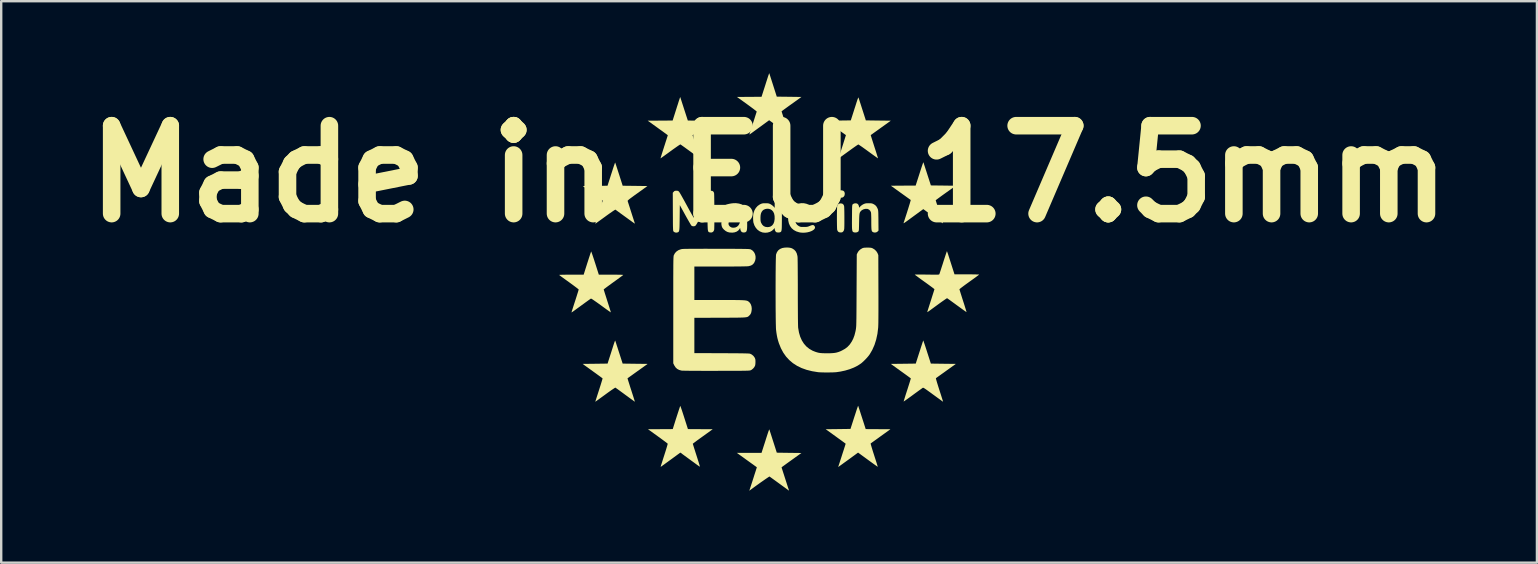
<source format=kicad_pcb>
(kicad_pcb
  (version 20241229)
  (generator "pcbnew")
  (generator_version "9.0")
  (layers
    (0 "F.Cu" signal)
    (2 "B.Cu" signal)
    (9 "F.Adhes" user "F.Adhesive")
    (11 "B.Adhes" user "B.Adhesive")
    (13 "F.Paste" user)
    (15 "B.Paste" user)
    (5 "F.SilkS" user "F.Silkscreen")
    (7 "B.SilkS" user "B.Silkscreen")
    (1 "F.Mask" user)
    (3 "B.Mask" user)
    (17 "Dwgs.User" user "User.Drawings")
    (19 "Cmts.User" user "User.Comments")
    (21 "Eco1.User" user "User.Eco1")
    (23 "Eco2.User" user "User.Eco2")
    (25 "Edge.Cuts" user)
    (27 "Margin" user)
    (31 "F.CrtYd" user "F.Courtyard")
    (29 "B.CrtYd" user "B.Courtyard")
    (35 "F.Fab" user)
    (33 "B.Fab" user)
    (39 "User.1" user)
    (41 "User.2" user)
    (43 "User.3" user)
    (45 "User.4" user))
  (footprint "Made in EU 17.5mm"
    (layer "F.Cu")
    (at 28.995 8.694)
    (property "Reference" "Made in EU 17.5mm" (at 0 -4.5 180) (layer "F.SilkS") (effects (font (size 3.664 3.664) (thickness 0.731))))
    (attr board_only exclude_from_pos_files exclude_from_bom)
    (fp_poly (pts (xy 3.038 -3.812) (xy 3.094 -3.795) (xy 3.131 -3.761) (xy 3.151 -3.709) (xy 3.154 -3.663) (xy 3.143 -3.599) (xy 3.111 -3.549) (xy 3.073 -3.52) (xy 3.029 -3.508) (xy 2.973 -3.505) (xy 2.916 -3.513) (xy 2.881 -3.523) (xy 2.841 -3.554) (xy 2.815 -3.6) (xy 2.804 -3.654) (xy 2.809 -3.709) (xy 2.83 -3.758) (xy 2.847 -3.778) (xy 2.874 -3.797) (xy 2.91 -3.808) (xy 2.962 -3.814)) (stroke (width 0) (type solid)) (fill yes) (layer "F.SilkS"))
    (fp_poly (pts (xy 3.046 -3.26) (xy 3.09 -3.231) (xy 3.119 -3.182) (xy 3.127 -3.152) (xy 3.13 -3.124) (xy 3.132 -3.074) (xy 3.134 -3.005) (xy 3.136 -2.923) (xy 3.137 -2.83) (xy 3.138 -2.731) (xy 3.138 -2.63) (xy 3.138 -2.53) (xy 3.138 -2.436) (xy 3.137 -2.352) (xy 3.135 -2.281) (xy 3.133 -2.227) (xy 3.131 -2.196) (xy 3.111 -2.13) (xy 3.086 -2.096) (xy 3.059 -2.072) (xy 3.03 -2.061) (xy 2.988 -2.058) (xy 2.986 -2.058) (xy 2.929 -2.064) (xy 2.888 -2.084) (xy 2.887 -2.085) (xy 2.861 -2.116) (xy 2.841 -2.156) (xy 2.84 -2.16) (xy 2.836 -2.186) (xy 2.833 -2.235) (xy 2.831 -2.302) (xy 2.829 -2.384) (xy 2.828 -2.476) (xy 2.827 -2.576) (xy 2.827 -2.679) (xy 2.827 -2.781) (xy 2.828 -2.879) (xy 2.829 -2.969) (xy 2.832 -3.047) (xy 2.834 -3.109) (xy 2.837 -3.152) (xy 2.84 -3.168) (xy 2.866 -3.221) (xy 2.909 -3.255) (xy 2.969 -3.269) (xy 2.984 -3.269)) (stroke (width 0) (type solid)) (fill yes) (layer "F.SilkS"))
    (fp_poly (pts (xy 6.432 -4.977) (xy 6.433 -4.976) (xy 6.438 -4.959) (xy 6.451 -4.921) (xy 6.469 -4.863) (xy 6.493 -4.79) (xy 6.521 -4.702) (xy 6.553 -4.605) (xy 6.587 -4.499) (xy 6.591 -4.487) (xy 6.742 -4.018) (xy 7.26 -4.012) (xy 7.778 -4.005) (xy 7.36 -3.706) (xy 7.268 -3.64) (xy 7.183 -3.579) (xy 7.108 -3.524) (xy 7.044 -3.477) (xy 6.994 -3.44) (xy 6.96 -3.414) (xy 6.944 -3.401) (xy 6.943 -3.4) (xy 6.947 -3.387) (xy 6.958 -3.351) (xy 6.975 -3.296) (xy 6.998 -3.225) (xy 7.026 -3.139) (xy 7.057 -3.043) (xy 7.091 -2.938) (xy 7.097 -2.918) (xy 7.131 -2.812) (xy 7.163 -2.714) (xy 7.191 -2.626) (xy 7.214 -2.553) (xy 7.232 -2.495) (xy 7.243 -2.456) (xy 7.248 -2.439) (xy 7.248 -2.438) (xy 7.237 -2.444) (xy 7.207 -2.465) (xy 7.161 -2.497) (xy 7.101 -2.54) (xy 7.029 -2.592) (xy 6.947 -2.651) (xy 6.858 -2.716) (xy 6.835 -2.732) (xy 6.426 -3.031) (xy 6.036 -2.746) (xy 5.928 -2.667) (xy 5.84 -2.602) (xy 5.769 -2.55) (xy 5.713 -2.51) (xy 5.671 -2.481) (xy 5.641 -2.461) (xy 5.621 -2.449) (xy 5.61 -2.443) (xy 5.604 -2.444) (xy 5.604 -2.448) (xy 5.606 -2.456) (xy 5.606 -2.457) (xy 5.648 -2.585) (xy 5.689 -2.712) (xy 5.729 -2.835) (xy 5.766 -2.953) (xy 5.801 -3.062) (xy 5.831 -3.161) (xy 5.858 -3.247) (xy 5.878 -3.318) (xy 5.893 -3.37) (xy 5.901 -3.402) (xy 5.902 -3.412) (xy 5.889 -3.421) (xy 5.858 -3.443) (xy 5.81 -3.478) (xy 5.748 -3.522) (xy 5.675 -3.575) (xy 5.592 -3.634) (xy 5.502 -3.699) (xy 5.483 -3.712) (xy 5.075 -4.005) (xy 5.591 -4.009) (xy 6.108 -4.012) (xy 6.22 -4.36) (xy 6.266 -4.503) (xy 6.304 -4.622) (xy 6.336 -4.72) (xy 6.362 -4.8) (xy 6.383 -4.862) (xy 6.399 -4.908) (xy 6.411 -4.941) (xy 6.419 -4.963) (xy 6.425 -4.975) (xy 6.429 -4.979)) (stroke (width 0) (type solid)) (fill yes) (layer "F.SilkS"))
    (fp_poly (pts (xy 0.017 6.165) (xy 0.029 6.203) (xy 0.047 6.261) (xy 0.071 6.334) (xy 0.099 6.422) (xy 0.13 6.52) (xy 0.164 6.625) (xy 0.17 6.643) (xy 0.322 7.118) (xy 0.834 7.125) (xy 1.347 7.131) (xy 0.963 7.407) (xy 0.874 7.471) (xy 0.79 7.531) (xy 0.715 7.585) (xy 0.651 7.632) (xy 0.6 7.669) (xy 0.565 7.694) (xy 0.55 7.706) (xy 0.52 7.731) (xy 0.671 8.199) (xy 0.705 8.305) (xy 0.737 8.404) (xy 0.765 8.492) (xy 0.789 8.567) (xy 0.809 8.627) (xy 0.822 8.667) (xy 0.828 8.686) (xy 0.828 8.686) (xy 0.828 8.698) (xy 0.818 8.692) (xy 0.799 8.678) (xy 0.764 8.652) (xy 0.714 8.615) (xy 0.652 8.57) (xy 0.581 8.519) (xy 0.504 8.463) (xy 0.425 8.405) (xy 0.345 8.347) (xy 0.268 8.291) (xy 0.196 8.239) (xy 0.132 8.193) (xy 0.08 8.155) (xy 0.042 8.128) (xy 0.021 8.113) (xy 0.018 8.111) (xy 0.005 8.117) (xy -0.026 8.136) (xy -0.072 8.167) (xy -0.132 8.207) (xy -0.201 8.255) (xy -0.278 8.309) (xy -0.36 8.366) (xy -0.443 8.426) (xy -0.526 8.485) (xy -0.605 8.542) (xy -0.678 8.596) (xy -0.743 8.644) (xy -0.795 8.684) (xy -0.807 8.693) (xy -0.82 8.7) (xy -0.818 8.688) (xy -0.818 8.688) (xy -0.813 8.671) (xy -0.8 8.632) (xy -0.782 8.576) (xy -0.759 8.505) (xy -0.733 8.424) (xy -0.704 8.335) (xy -0.674 8.242) (xy -0.644 8.149) (xy -0.616 8.059) (xy -0.589 7.976) (xy -0.565 7.902) (xy -0.546 7.842) (xy -0.533 7.799) (xy -0.526 7.78) (xy -0.51 7.725) (xy -0.927 7.425) (xy -1.345 7.125) (xy -0.83 7.125) (xy -0.314 7.125) (xy -0.221 6.835) (xy -0.189 6.736) (xy -0.155 6.63) (xy -0.122 6.525) (xy -0.091 6.429) (xy -0.065 6.348) (xy -0.062 6.338) (xy -0.039 6.271) (xy -0.02 6.215) (xy -0.004 6.174) (xy 0.007 6.151) (xy 0.011 6.149)) (stroke (width 0) (type solid)) (fill yes) (layer "F.SilkS"))
    (fp_poly (pts (xy -3.596 -7.372) (xy -3.564 -7.273) (xy -3.532 -7.173) (xy -3.5 -7.076) (xy -3.472 -6.989) (xy -3.449 -6.918) (xy -3.437 -6.881) (xy -3.385 -6.721) (xy -2.868 -6.718) (xy -2.351 -6.715) (xy -2.722 -6.448) (xy -2.811 -6.385) (xy -2.895 -6.324) (xy -2.971 -6.269) (xy -3.037 -6.222) (xy -3.089 -6.184) (xy -3.126 -6.157) (xy -3.141 -6.146) (xy -3.188 -6.109) (xy -3.034 -5.631) (xy -3 -5.525) (xy -2.969 -5.426) (xy -2.941 -5.339) (xy -2.918 -5.264) (xy -2.9 -5.206) (xy -2.889 -5.167) (xy -2.884 -5.149) (xy -2.884 -5.148) (xy -2.895 -5.155) (xy -2.925 -5.175) (xy -2.971 -5.207) (xy -3.031 -5.25) (xy -3.103 -5.301) (xy -3.184 -5.36) (xy -3.272 -5.425) (xy -3.283 -5.432) (xy -3.372 -5.497) (xy -3.456 -5.558) (xy -3.53 -5.612) (xy -3.594 -5.657) (xy -3.644 -5.693) (xy -3.678 -5.716) (xy -3.693 -5.727) (xy -3.694 -5.727) (xy -3.708 -5.721) (xy -3.74 -5.701) (xy -3.789 -5.669) (xy -3.851 -5.626) (xy -3.925 -5.574) (xy -4.007 -5.516) (xy -4.097 -5.451) (xy -4.113 -5.439) (xy -4.203 -5.373) (xy -4.287 -5.313) (xy -4.361 -5.259) (xy -4.424 -5.214) (xy -4.473 -5.179) (xy -4.507 -5.155) (xy -4.522 -5.145) (xy -4.523 -5.145) (xy -4.52 -5.157) (xy -4.511 -5.191) (xy -4.494 -5.244) (xy -4.473 -5.315) (xy -4.446 -5.399) (xy -4.416 -5.495) (xy -4.382 -5.599) (xy -4.375 -5.624) (xy -4.34 -5.73) (xy -4.309 -5.829) (xy -4.28 -5.917) (xy -4.257 -5.991) (xy -4.238 -6.05) (xy -4.226 -6.09) (xy -4.22 -6.108) (xy -4.22 -6.109) (xy -4.23 -6.118) (xy -4.26 -6.14) (xy -4.305 -6.174) (xy -4.366 -6.218) (xy -4.438 -6.271) (xy -4.521 -6.33) (xy -4.611 -6.395) (xy -4.638 -6.415) (xy -5.056 -6.715) (xy -4.537 -6.718) (xy -4.018 -6.722) (xy -3.895 -7.109) (xy -3.863 -7.21) (xy -3.832 -7.309) (xy -3.802 -7.4) (xy -3.777 -7.481) (xy -3.756 -7.546) (xy -3.741 -7.591) (xy -3.738 -7.6) (xy -3.703 -7.704)) (stroke (width 0) (type solid)) (fill yes) (layer "F.SilkS"))
    (fp_poly (pts (xy -3.695 5.178) (xy -3.683 5.21) (xy -3.664 5.262) (xy -3.64 5.331) (xy -3.612 5.415) (xy -3.581 5.51) (xy -3.547 5.615) (xy -3.537 5.647) (xy -3.381 6.135) (xy -2.865 6.138) (xy -2.349 6.141) (xy -2.763 6.439) (xy -2.855 6.505) (xy -2.939 6.566) (xy -3.015 6.621) (xy -3.078 6.669) (xy -3.128 6.706) (xy -3.162 6.732) (xy -3.177 6.745) (xy -3.178 6.746) (xy -3.174 6.76) (xy -3.163 6.796) (xy -3.146 6.852) (xy -3.124 6.923) (xy -3.096 7.009) (xy -3.066 7.105) (xy -3.032 7.21) (xy -3.028 7.223) (xy -2.994 7.328) (xy -2.964 7.425) (xy -2.936 7.512) (xy -2.914 7.586) (xy -2.897 7.643) (xy -2.885 7.682) (xy -2.882 7.699) (xy -2.882 7.699) (xy -2.893 7.696) (xy -2.92 7.68) (xy -2.96 7.653) (xy -2.996 7.627) (xy -3.037 7.597) (xy -3.094 7.555) (xy -3.165 7.503) (xy -3.244 7.446) (xy -3.327 7.385) (xy -3.402 7.33) (xy -3.697 7.114) (xy -4.053 7.375) (xy -4.14 7.438) (xy -4.223 7.499) (xy -4.299 7.554) (xy -4.364 7.602) (xy -4.416 7.639) (xy -4.452 7.665) (xy -4.466 7.675) (xy -4.498 7.697) (xy -4.514 7.705) (xy -4.517 7.7) (xy -4.513 7.683) (xy -4.507 7.664) (xy -4.494 7.623) (xy -4.475 7.563) (xy -4.451 7.488) (xy -4.423 7.399) (xy -4.392 7.302) (xy -4.361 7.206) (xy -4.328 7.103) (xy -4.298 7.007) (xy -4.272 6.922) (xy -4.251 6.85) (xy -4.235 6.794) (xy -4.226 6.758) (xy -4.224 6.744) (xy -4.235 6.733) (xy -4.266 6.708) (xy -4.313 6.672) (xy -4.374 6.627) (xy -4.447 6.573) (xy -4.53 6.512) (xy -4.62 6.447) (xy -4.638 6.434) (xy -5.045 6.141) (xy -4.529 6.138) (xy -4.013 6.135) (xy -3.988 6.053) (xy -3.962 5.971) (xy -3.933 5.88) (xy -3.903 5.783) (xy -3.871 5.683) (xy -3.839 5.584) (xy -3.808 5.489) (xy -3.779 5.4) (xy -3.753 5.321) (xy -3.731 5.256) (xy -3.715 5.206) (xy -3.704 5.176) (xy -3.701 5.168)) (stroke (width 0) (type solid)) (fill yes) (layer "F.SilkS"))
    (fp_poly (pts (xy 1.453 -3.276) (xy 1.56 -3.253) (xy 1.659 -3.211) (xy 1.745 -3.151) (xy 1.817 -3.073) (xy 1.855 -3.01) (xy 1.889 -2.928) (xy 1.914 -2.834) (xy 1.927 -2.743) (xy 1.928 -2.715) (xy 1.927 -2.684) (xy 1.925 -2.659) (xy 1.919 -2.64) (xy 1.905 -2.625) (xy 1.881 -2.614) (xy 1.845 -2.606) (xy 1.795 -2.601) (xy 1.727 -2.598) (xy 1.639 -2.596) (xy 1.528 -2.595) (xy 1.477 -2.595) (xy 1.363 -2.594) (xy 1.272 -2.593) (xy 1.202 -2.591) (xy 1.151 -2.588) (xy 1.116 -2.583) (xy 1.095 -2.576) (xy 1.085 -2.565) (xy 1.083 -2.55) (xy 1.089 -2.53) (xy 1.097 -2.505) (xy 1.102 -2.493) (xy 1.132 -2.424) (xy 1.171 -2.374) (xy 1.227 -2.332) (xy 1.242 -2.323) (xy 1.274 -2.307) (xy 1.302 -2.296) (xy 1.333 -2.29) (xy 1.375 -2.287) (xy 1.434 -2.287) (xy 1.452 -2.287) (xy 1.519 -2.288) (xy 1.568 -2.291) (xy 1.607 -2.298) (xy 1.644 -2.309) (xy 1.68 -2.324) (xy 1.747 -2.351) (xy 1.796 -2.365) (xy 1.833 -2.367) (xy 1.861 -2.357) (xy 1.881 -2.34) (xy 1.91 -2.298) (xy 1.915 -2.256) (xy 1.899 -2.215) (xy 1.865 -2.176) (xy 1.815 -2.141) (xy 1.751 -2.109) (xy 1.677 -2.083) (xy 1.594 -2.063) (xy 1.506 -2.051) (xy 1.414 -2.047) (xy 1.321 -2.053) (xy 1.256 -2.064) (xy 1.133 -2.103) (xy 1.028 -2.16) (xy 0.941 -2.235) (xy 0.874 -2.327) (xy 0.826 -2.435) (xy 0.799 -2.558) (xy 0.793 -2.664) (xy 0.801 -2.774) (xy 1.079 -2.774) (xy 1.373 -2.774) (xy 1.667 -2.774) (xy 1.667 -2.817) (xy 1.661 -2.853) (xy 1.647 -2.899) (xy 1.636 -2.927) (xy 1.591 -2.995) (xy 1.531 -3.042) (xy 1.456 -3.067) (xy 1.429 -3.071) (xy 1.335 -3.067) (xy 1.253 -3.04) (xy 1.183 -2.993) (xy 1.129 -2.926) (xy 1.094 -2.842) (xy 1.088 -2.817) (xy 1.079 -2.774) (xy 0.801 -2.774) (xy 0.803 -2.799) (xy 0.834 -2.92) (xy 0.886 -3.024) (xy 0.957 -3.112) (xy 1.049 -3.184) (xy 1.115 -3.22) (xy 1.228 -3.26) (xy 1.341 -3.279)) (stroke (width 0) (type solid)) (fill yes) (layer "F.SilkS"))
    (fp_poly (pts (xy 3.712 5.169) (xy 3.718 5.182) (xy 3.726 5.205) (xy 3.737 5.24) (xy 3.753 5.288) (xy 3.774 5.352) (xy 3.8 5.432) (xy 3.832 5.532) (xy 3.871 5.652) (xy 3.917 5.795) (xy 3.927 5.825) (xy 4.026 6.135) (xy 4.541 6.138) (xy 5.056 6.141) (xy 4.649 6.434) (xy 4.558 6.5) (xy 4.474 6.561) (xy 4.398 6.615) (xy 4.334 6.661) (xy 4.284 6.697) (xy 4.249 6.722) (xy 4.233 6.734) (xy 4.232 6.734) (xy 4.234 6.748) (xy 4.242 6.783) (xy 4.258 6.838) (xy 4.279 6.91) (xy 4.305 6.995) (xy 4.335 7.092) (xy 4.369 7.197) (xy 4.377 7.222) (xy 4.411 7.329) (xy 4.443 7.427) (xy 4.471 7.515) (xy 4.494 7.59) (xy 4.512 7.648) (xy 4.524 7.688) (xy 4.528 7.706) (xy 4.529 7.707) (xy 4.518 7.7) (xy 4.488 7.68) (xy 4.442 7.647) (xy 4.381 7.604) (xy 4.309 7.552) (xy 4.227 7.493) (xy 4.138 7.428) (xy 4.116 7.412) (xy 3.708 7.114) (xy 3.642 7.163) (xy 3.555 7.227) (xy 3.464 7.293) (xy 3.372 7.361) (xy 3.281 7.427) (xy 3.194 7.49) (xy 3.113 7.548) (xy 3.041 7.601) (xy 2.979 7.645) (xy 2.931 7.679) (xy 2.899 7.702) (xy 2.885 7.711) (xy 2.884 7.711) (xy 2.882 7.703) (xy 2.883 7.701) (xy 2.888 7.687) (xy 2.9 7.652) (xy 2.917 7.599) (xy 2.94 7.53) (xy 2.965 7.45) (xy 2.994 7.362) (xy 3.024 7.269) (xy 3.054 7.175) (xy 3.084 7.082) (xy 3.113 6.994) (xy 3.138 6.914) (xy 3.16 6.846) (xy 3.176 6.793) (xy 3.187 6.758) (xy 3.191 6.744) (xy 3.191 6.744) (xy 3.181 6.736) (xy 3.152 6.714) (xy 3.106 6.68) (xy 3.046 6.636) (xy 2.974 6.583) (xy 2.891 6.524) (xy 2.802 6.459) (xy 2.776 6.44) (xy 2.36 6.141) (xy 2.876 6.135) (xy 3.392 6.128) (xy 3.548 5.643) (xy 3.583 5.537) (xy 3.615 5.438) (xy 3.643 5.351) (xy 3.668 5.277) (xy 3.688 5.22) (xy 3.702 5.182) (xy 3.709 5.165) (xy 3.71 5.164)) (stroke (width 0) (type solid)) (fill yes) (layer "F.SilkS"))
    (fp_poly (pts (xy 0.013 -8.679) (xy 0.025 -8.642) (xy 0.043 -8.586) (xy 0.066 -8.513) (xy 0.094 -8.427) (xy 0.125 -8.329) (xy 0.159 -8.224) (xy 0.167 -8.199) (xy 0.321 -7.717) (xy 0.835 -7.711) (xy 1.348 -7.704) (xy 0.935 -7.407) (xy 0.843 -7.342) (xy 0.759 -7.281) (xy 0.684 -7.226) (xy 0.62 -7.18) (xy 0.571 -7.143) (xy 0.537 -7.118) (xy 0.522 -7.105) (xy 0.521 -7.104) (xy 0.525 -7.092) (xy 0.536 -7.057) (xy 0.552 -7.005) (xy 0.574 -6.937) (xy 0.599 -6.858) (xy 0.627 -6.771) (xy 0.657 -6.678) (xy 0.687 -6.584) (xy 0.717 -6.491) (xy 0.745 -6.403) (xy 0.771 -6.323) (xy 0.793 -6.255) (xy 0.81 -6.201) (xy 0.821 -6.17) (xy 0.825 -6.159) (xy 0.828 -6.15) (xy 0.828 -6.145) (xy 0.824 -6.144) (xy 0.813 -6.149) (xy 0.793 -6.161) (xy 0.763 -6.182) (xy 0.721 -6.212) (xy 0.664 -6.254) (xy 0.591 -6.307) (xy 0.499 -6.374) (xy 0.443 -6.415) (xy 0.356 -6.478) (xy 0.275 -6.537) (xy 0.201 -6.591) (xy 0.138 -6.637) (xy 0.089 -6.673) (xy 0.056 -6.696) (xy 0.044 -6.705) (xy 0.003 -6.734) (xy -0.347 -6.478) (xy -0.434 -6.415) (xy -0.517 -6.354) (xy -0.593 -6.299) (xy -0.659 -6.251) (xy -0.712 -6.212) (xy -0.748 -6.186) (xy -0.76 -6.177) (xy -0.795 -6.152) (xy -0.813 -6.142) (xy -0.818 -6.145) (xy -0.814 -6.16) (xy -0.814 -6.162) (xy -0.808 -6.18) (xy -0.795 -6.22) (xy -0.777 -6.278) (xy -0.754 -6.349) (xy -0.727 -6.432) (xy -0.699 -6.522) (xy -0.669 -6.616) (xy -0.638 -6.71) (xy -0.609 -6.801) (xy -0.582 -6.886) (xy -0.558 -6.961) (xy -0.538 -7.022) (xy -0.524 -7.067) (xy -0.516 -7.091) (xy -0.515 -7.094) (xy -0.524 -7.105) (xy -0.552 -7.129) (xy -0.597 -7.164) (xy -0.656 -7.21) (xy -0.728 -7.263) (xy -0.81 -7.324) (xy -0.899 -7.389) (xy -0.924 -7.407) (xy -1.338 -7.704) (xy -0.826 -7.708) (xy -0.314 -7.711) (xy -0.221 -8.001) (xy -0.189 -8.1) (xy -0.155 -8.206) (xy -0.122 -8.311) (xy -0.091 -8.407) (xy -0.065 -8.488) (xy -0.062 -8.498) (xy -0.04 -8.566) (xy -0.02 -8.623) (xy -0.005 -8.665) (xy 0.005 -8.69) (xy 0.009 -8.694)) (stroke (width 0) (type solid)) (fill yes) (layer "F.SilkS"))
    (fp_poly (pts (xy 6.429 2.452) (xy 6.441 2.485) (xy 6.459 2.538) (xy 6.483 2.607) (xy 6.511 2.691) (xy 6.542 2.787) (xy 6.576 2.892) (xy 6.585 2.921) (xy 6.741 3.406) (xy 7.261 3.413) (xy 7.781 3.419) (xy 7.373 3.712) (xy 7.282 3.778) (xy 7.197 3.838) (xy 7.121 3.893) (xy 7.056 3.939) (xy 7.005 3.976) (xy 6.97 4.001) (xy 6.953 4.013) (xy 6.952 4.013) (xy 6.953 4.028) (xy 6.961 4.064) (xy 6.977 4.121) (xy 6.999 4.197) (xy 7.027 4.288) (xy 7.06 4.394) (xy 7.096 4.508) (xy 7.131 4.615) (xy 7.163 4.714) (xy 7.191 4.803) (xy 7.215 4.878) (xy 7.233 4.936) (xy 7.245 4.977) (xy 7.251 4.995) (xy 7.251 4.996) (xy 7.24 4.989) (xy 7.211 4.969) (xy 7.165 4.936) (xy 7.105 4.892) (xy 7.033 4.84) (xy 6.951 4.78) (xy 6.862 4.715) (xy 6.839 4.699) (xy 6.735 4.622) (xy 6.65 4.561) (xy 6.582 4.512) (xy 6.528 4.474) (xy 6.488 4.447) (xy 6.457 4.428) (xy 6.436 4.417) (xy 6.421 4.413) (xy 6.41 4.413) (xy 6.403 4.416) (xy 6.387 4.427) (xy 6.352 4.452) (xy 6.301 4.489) (xy 6.236 4.535) (xy 6.161 4.59) (xy 6.078 4.65) (xy 5.994 4.712) (xy 5.907 4.776) (xy 5.826 4.834) (xy 5.755 4.885) (xy 5.695 4.928) (xy 5.648 4.96) (xy 5.619 4.98) (xy 5.607 4.986) (xy 5.61 4.973) (xy 5.62 4.938) (xy 5.637 4.884) (xy 5.659 4.813) (xy 5.685 4.728) (xy 5.716 4.632) (xy 5.75 4.527) (xy 5.757 4.506) (xy 5.791 4.4) (xy 5.822 4.302) (xy 5.85 4.214) (xy 5.873 4.14) (xy 5.89 4.082) (xy 5.902 4.042) (xy 5.906 4.024) (xy 5.906 4.023) (xy 5.894 4.013) (xy 5.865 3.991) (xy 5.823 3.96) (xy 5.771 3.922) (xy 5.748 3.905) (xy 5.691 3.864) (xy 5.619 3.812) (xy 5.537 3.753) (xy 5.45 3.691) (xy 5.365 3.629) (xy 5.334 3.607) (xy 5.073 3.419) (xy 5.593 3.413) (xy 6.112 3.406) (xy 6.265 2.927) (xy 6.3 2.82) (xy 6.331 2.721) (xy 6.36 2.633) (xy 6.384 2.559) (xy 6.404 2.5) (xy 6.417 2.461) (xy 6.424 2.442) (xy 6.424 2.442)) (stroke (width 0) (type solid)) (fill yes) (layer "F.SilkS"))
    (fp_poly (pts (xy -6.41 2.449) (xy -6.405 2.465) (xy -6.392 2.504) (xy -6.373 2.561) (xy -6.35 2.635) (xy -6.321 2.722) (xy -6.29 2.82) (xy -6.256 2.925) (xy -6.252 2.937) (xy -6.101 3.406) (xy -5.581 3.413) (xy -5.061 3.419) (xy -5.478 3.718) (xy -5.569 3.783) (xy -5.654 3.844) (xy -5.73 3.899) (xy -5.795 3.945) (xy -5.845 3.981) (xy -5.88 4.006) (xy -5.897 4.018) (xy -5.898 4.019) (xy -5.895 4.032) (xy -5.885 4.066) (xy -5.868 4.121) (xy -5.846 4.191) (xy -5.819 4.276) (xy -5.789 4.373) (xy -5.755 4.478) (xy -5.745 4.508) (xy -5.711 4.615) (xy -5.679 4.714) (xy -5.651 4.802) (xy -5.628 4.877) (xy -5.609 4.936) (xy -5.597 4.976) (xy -5.592 4.995) (xy -5.592 4.996) (xy -5.602 4.989) (xy -5.632 4.968) (xy -5.677 4.935) (xy -5.737 4.892) (xy -5.809 4.84) (xy -5.89 4.78) (xy -5.978 4.716) (xy -5.992 4.706) (xy -6.081 4.64) (xy -6.165 4.579) (xy -6.24 4.524) (xy -6.303 4.478) (xy -6.354 4.442) (xy -6.388 4.418) (xy -6.404 4.407) (xy -6.405 4.407) (xy -6.419 4.413) (xy -6.451 4.433) (xy -6.499 4.465) (xy -6.562 4.507) (xy -6.636 4.559) (xy -6.719 4.618) (xy -6.808 4.683) (xy -6.831 4.7) (xy -6.922 4.766) (xy -7.006 4.827) (xy -7.08 4.881) (xy -7.143 4.927) (xy -7.193 4.962) (xy -7.226 4.986) (xy -7.241 4.996) (xy -7.242 4.997) (xy -7.238 4.984) (xy -7.227 4.949) (xy -7.21 4.894) (xy -7.187 4.823) (xy -7.16 4.738) (xy -7.129 4.642) (xy -7.095 4.537) (xy -7.087 4.512) (xy -7.053 4.405) (xy -7.021 4.306) (xy -6.994 4.218) (xy -6.971 4.142) (xy -6.953 4.083) (xy -6.942 4.043) (xy -6.937 4.023) (xy -6.938 4.022) (xy -6.949 4.013) (xy -6.979 3.99) (xy -7.026 3.955) (xy -7.088 3.91) (xy -7.161 3.857) (xy -7.243 3.797) (xy -7.333 3.733) (xy -7.356 3.716) (xy -7.77 3.419) (xy -7.249 3.413) (xy -6.729 3.406) (xy -6.627 3.087) (xy -6.595 2.989) (xy -6.563 2.887) (xy -6.532 2.79) (xy -6.504 2.702) (xy -6.481 2.629) (xy -6.471 2.599) (xy -6.451 2.539) (xy -6.434 2.491) (xy -6.42 2.46) (xy -6.412 2.448)) (stroke (width 0) (type solid)) (fill yes) (layer "F.SilkS"))
    (fp_poly (pts (xy 3.729 -7.668) (xy 3.742 -7.63) (xy 3.761 -7.572) (xy 3.784 -7.499) (xy 3.813 -7.412) (xy 3.844 -7.314) (xy 3.878 -7.209) (xy 3.882 -7.196) (xy 4.032 -6.728) (xy 4.552 -6.721) (xy 5.071 -6.715) (xy 4.655 -6.416) (xy 4.564 -6.35) (xy 4.479 -6.289) (xy 4.403 -6.235) (xy 4.339 -6.189) (xy 4.288 -6.152) (xy 4.254 -6.128) (xy 4.237 -6.116) (xy 4.236 -6.115) (xy 4.239 -6.102) (xy 4.249 -6.068) (xy 4.266 -6.014) (xy 4.288 -5.943) (xy 4.315 -5.858) (xy 4.346 -5.762) (xy 4.379 -5.657) (xy 4.387 -5.632) (xy 4.422 -5.525) (xy 4.453 -5.427) (xy 4.481 -5.339) (xy 4.504 -5.264) (xy 4.522 -5.206) (xy 4.534 -5.166) (xy 4.538 -5.148) (xy 4.538 -5.147) (xy 4.527 -5.153) (xy 4.498 -5.173) (xy 4.452 -5.206) (xy 4.392 -5.249) (xy 4.32 -5.3) (xy 4.239 -5.359) (xy 4.15 -5.424) (xy 4.137 -5.433) (xy 4.047 -5.499) (xy 3.963 -5.559) (xy 3.888 -5.613) (xy 3.823 -5.658) (xy 3.772 -5.692) (xy 3.737 -5.715) (xy 3.72 -5.724) (xy 3.72 -5.725) (xy 3.705 -5.717) (xy 3.672 -5.696) (xy 3.623 -5.663) (xy 3.56 -5.619) (xy 3.486 -5.567) (xy 3.403 -5.507) (xy 3.314 -5.442) (xy 3.303 -5.435) (xy 3.214 -5.37) (xy 3.131 -5.31) (xy 3.058 -5.257) (xy 2.995 -5.212) (xy 2.947 -5.177) (xy 2.914 -5.154) (xy 2.9 -5.145) (xy 2.9 -5.145) (xy 2.898 -5.156) (xy 2.905 -5.181) (xy 2.923 -5.235) (xy 2.945 -5.303) (xy 2.971 -5.384) (xy 2.999 -5.472) (xy 3.029 -5.566) (xy 3.06 -5.662) (xy 3.09 -5.756) (xy 3.118 -5.846) (xy 3.144 -5.928) (xy 3.166 -5.999) (xy 3.184 -6.056) (xy 3.196 -6.095) (xy 3.201 -6.114) (xy 3.201 -6.115) (xy 3.19 -6.123) (xy 3.16 -6.144) (xy 3.114 -6.178) (xy 3.053 -6.221) (xy 2.981 -6.274) (xy 2.898 -6.333) (xy 2.808 -6.398) (xy 2.783 -6.416) (xy 2.368 -6.715) (xy 2.886 -6.721) (xy 3.405 -6.728) (xy 3.497 -7.014) (xy 3.528 -7.112) (xy 3.561 -7.217) (xy 3.595 -7.32) (xy 3.625 -7.415) (xy 3.65 -7.494) (xy 3.653 -7.502) (xy 3.674 -7.568) (xy 3.694 -7.623) (xy 3.71 -7.662) (xy 3.72 -7.683) (xy 3.724 -7.685)) (stroke (width 0) (type solid)) (fill yes) (layer "F.SilkS"))
    (fp_poly (pts (xy -6.408 -4.958) (xy -6.396 -4.923) (xy -6.377 -4.868) (xy -6.354 -4.797) (xy -6.326 -4.711) (xy -6.295 -4.614) (xy -6.261 -4.509) (xy -6.253 -4.485) (xy -6.1 -4.005) (xy -5.584 -3.999) (xy -5.068 -3.992) (xy -5.484 -3.693) (xy -5.591 -3.617) (xy -5.677 -3.554) (xy -5.746 -3.503) (xy -5.8 -3.463) (xy -5.839 -3.432) (xy -5.866 -3.408) (xy -5.883 -3.391) (xy -5.891 -3.379) (xy -5.893 -3.37) (xy -5.892 -3.368) (xy -5.886 -3.347) (xy -5.873 -3.306) (xy -5.854 -3.248) (xy -5.831 -3.176) (xy -5.804 -3.093) (xy -5.776 -3.003) (xy -5.746 -2.91) (xy -5.716 -2.816) (xy -5.687 -2.726) (xy -5.66 -2.642) (xy -5.636 -2.568) (xy -5.617 -2.508) (xy -5.602 -2.464) (xy -5.595 -2.441) (xy -5.594 -2.438) (xy -5.596 -2.428) (xy -5.604 -2.431) (xy -5.617 -2.44) (xy -5.648 -2.462) (xy -5.695 -2.495) (xy -5.753 -2.538) (xy -5.822 -2.587) (xy -5.897 -2.642) (xy -5.976 -2.699) (xy -6.056 -2.757) (xy -6.134 -2.814) (xy -6.208 -2.867) (xy -6.273 -2.915) (xy -6.329 -2.956) (xy -6.371 -2.986) (xy -6.397 -3.005) (xy -6.402 -3.01) (xy -6.415 -3.004) (xy -6.447 -2.985) (xy -6.496 -2.953) (xy -6.559 -2.91) (xy -6.634 -2.858) (xy -6.72 -2.797) (xy -6.814 -2.729) (xy -6.824 -2.721) (xy -6.915 -2.655) (xy -6.999 -2.594) (xy -7.074 -2.54) (xy -7.138 -2.494) (xy -7.188 -2.458) (xy -7.222 -2.434) (xy -7.238 -2.423) (xy -7.239 -2.423) (xy -7.24 -2.433) (xy -7.237 -2.443) (xy -7.232 -2.459) (xy -7.219 -2.498) (xy -7.2 -2.555) (xy -7.176 -2.629) (xy -7.148 -2.715) (xy -7.117 -2.812) (xy -7.084 -2.915) (xy -7.051 -3.019) (xy -7.02 -3.115) (xy -6.992 -3.2) (xy -6.969 -3.273) (xy -6.951 -3.329) (xy -6.939 -3.365) (xy -6.934 -3.38) (xy -6.943 -3.391) (xy -6.971 -3.414) (xy -7.016 -3.449) (xy -7.076 -3.495) (xy -7.147 -3.548) (xy -7.229 -3.608) (xy -7.319 -3.673) (xy -7.346 -3.693) (xy -7.763 -3.992) (xy -7.247 -3.999) (xy -6.731 -4.005) (xy -6.669 -4.201) (xy -6.645 -4.274) (xy -6.616 -4.365) (xy -6.584 -4.466) (xy -6.55 -4.57) (xy -6.518 -4.669) (xy -6.513 -4.687) (xy -6.486 -4.769) (xy -6.462 -4.841) (xy -6.441 -4.9) (xy -6.426 -4.944) (xy -6.416 -4.968) (xy -6.413 -4.972)) (stroke (width 0) (type solid)) (fill yes) (layer "F.SilkS"))
    (fp_poly (pts (xy 4.212 -3.275) (xy 4.257 -3.272) (xy 4.292 -3.265) (xy 4.327 -3.252) (xy 4.354 -3.239) (xy 4.418 -3.2) (xy 4.468 -3.149) (xy 4.508 -3.081) (xy 4.524 -3.045) (xy 4.532 -3.025) (xy 4.538 -3.004) (xy 4.543 -2.979) (xy 4.547 -2.948) (xy 4.55 -2.907) (xy 4.552 -2.852) (xy 4.553 -2.782) (xy 4.555 -2.692) (xy 4.556 -2.58) (xy 4.556 -2.556) (xy 4.56 -2.136) (xy 4.522 -2.097) (xy 4.474 -2.066) (xy 4.416 -2.054) (xy 4.357 -2.061) (xy 4.317 -2.08) (xy 4.3 -2.093) (xy 4.287 -2.11) (xy 4.277 -2.135) (xy 4.27 -2.17) (xy 4.265 -2.218) (xy 4.262 -2.283) (xy 4.26 -2.366) (xy 4.259 -2.472) (xy 4.259 -2.513) (xy 4.259 -2.622) (xy 4.257 -2.717) (xy 4.254 -2.796) (xy 4.251 -2.855) (xy 4.246 -2.892) (xy 4.245 -2.898) (xy 4.215 -2.96) (xy 4.168 -3.008) (xy 4.108 -3.037) (xy 4.087 -3.042) (xy 4.013 -3.042) (xy 3.938 -3.023) (xy 3.871 -2.99) (xy 3.844 -2.967) (xy 3.82 -2.943) (xy 3.801 -2.92) (xy 3.786 -2.895) (xy 3.775 -2.864) (xy 3.767 -2.824) (xy 3.761 -2.772) (xy 3.757 -2.705) (xy 3.754 -2.619) (xy 3.752 -2.511) (xy 3.751 -2.478) (xy 3.749 -2.373) (xy 3.747 -2.29) (xy 3.745 -2.227) (xy 3.743 -2.181) (xy 3.739 -2.149) (xy 3.735 -2.127) (xy 3.73 -2.112) (xy 3.722 -2.102) (xy 3.717 -2.096) (xy 3.674 -2.069) (xy 3.617 -2.056) (xy 3.559 -2.059) (xy 3.534 -2.065) (xy 3.513 -2.072) (xy 3.495 -2.083) (xy 3.482 -2.1) (xy 3.471 -2.126) (xy 3.464 -2.162) (xy 3.458 -2.212) (xy 3.455 -2.276) (xy 3.454 -2.358) (xy 3.453 -2.46) (xy 3.454 -2.585) (xy 3.455 -2.686) (xy 3.456 -2.816) (xy 3.457 -2.922) (xy 3.458 -3.007) (xy 3.459 -3.074) (xy 3.461 -3.125) (xy 3.464 -3.162) (xy 3.467 -3.189) (xy 3.471 -3.207) (xy 3.475 -3.219) (xy 3.481 -3.227) (xy 3.483 -3.229) (xy 3.525 -3.258) (xy 3.581 -3.273) (xy 3.631 -3.273) (xy 3.684 -3.253) (xy 3.722 -3.213) (xy 3.743 -3.155) (xy 3.744 -3.149) (xy 3.753 -3.089) (xy 3.804 -3.145) (xy 3.851 -3.186) (xy 3.91 -3.225) (xy 3.937 -3.238) (xy 3.979 -3.256) (xy 4.015 -3.267) (xy 4.055 -3.273) (xy 4.108 -3.275) (xy 4.149 -3.276)) (stroke (width 0) (type solid)) (fill yes) (layer "F.SilkS"))
    (fp_poly (pts (xy 0.432 -3.792) (xy 0.48 -3.768) (xy 0.498 -3.752) (xy 0.534 -3.712) (xy 0.534 -2.936) (xy 0.534 -2.769) (xy 0.534 -2.626) (xy 0.533 -2.504) (xy 0.532 -2.403) (xy 0.531 -2.32) (xy 0.529 -2.254) (xy 0.526 -2.201) (xy 0.521 -2.161) (xy 0.516 -2.132) (xy 0.509 -2.11) (xy 0.501 -2.095) (xy 0.491 -2.085) (xy 0.48 -2.077) (xy 0.468 -2.07) (xy 0.43 -2.059) (xy 0.38 -2.056) (xy 0.331 -2.061) (xy 0.3 -2.071) (xy 0.272 -2.097) (xy 0.249 -2.14) (xy 0.236 -2.189) (xy 0.234 -2.21) (xy 0.234 -2.246) (xy 0.194 -2.197) (xy 0.124 -2.132) (xy 0.039 -2.084) (xy -0.058 -2.055) (xy -0.161 -2.046) (xy -0.265 -2.057) (xy -0.287 -2.063) (xy -0.387 -2.103) (xy -0.475 -2.165) (xy -0.549 -2.246) (xy -0.608 -2.345) (xy -0.648 -2.459) (xy -0.651 -2.468) (xy -0.659 -2.524) (xy -0.664 -2.596) (xy -0.666 -2.664) (xy -0.358 -2.664) (xy -0.357 -2.595) (xy -0.354 -2.546) (xy -0.347 -2.508) (xy -0.337 -2.475) (xy -0.328 -2.455) (xy -0.282 -2.378) (xy -0.226 -2.324) (xy -0.156 -2.292) (xy -0.072 -2.28) (xy -0.065 -2.28) (xy -0.005 -2.286) (xy 0.05 -2.301) (xy 0.059 -2.304) (xy 0.127 -2.349) (xy 0.178 -2.414) (xy 0.213 -2.499) (xy 0.23 -2.604) (xy 0.232 -2.625) (xy 0.23 -2.743) (xy 0.21 -2.843) (xy 0.172 -2.924) (xy 0.117 -2.985) (xy 0.065 -3.019) (xy -0.006 -3.042) (xy -0.084 -3.047) (xy -0.16 -3.033) (xy -0.228 -3.003) (xy -0.27 -2.968) (xy -0.309 -2.915) (xy -0.336 -2.854) (xy -0.352 -2.78) (xy -0.358 -2.686) (xy -0.358 -2.664) (xy -0.666 -2.664) (xy -0.666 -2.676) (xy -0.663 -2.755) (xy -0.657 -2.823) (xy -0.65 -2.859) (xy -0.61 -2.977) (xy -0.552 -3.078) (xy -0.478 -3.161) (xy -0.389 -3.224) (xy -0.361 -3.238) (xy -0.32 -3.256) (xy -0.283 -3.267) (xy -0.243 -3.273) (xy -0.192 -3.275) (xy -0.15 -3.275) (xy -0.087 -3.275) (xy -0.042 -3.271) (xy -0.007 -3.264) (xy 0.026 -3.252) (xy 0.057 -3.237) (xy 0.107 -3.206) (xy 0.157 -3.167) (xy 0.184 -3.141) (xy 0.234 -3.083) (xy 0.234 -3.391) (xy 0.235 -3.508) (xy 0.237 -3.602) (xy 0.241 -3.671) (xy 0.245 -3.715) (xy 0.249 -3.731) (xy 0.28 -3.769) (xy 0.325 -3.792) (xy 0.378 -3.8)) (stroke (width 0) (type solid)) (fill yes) (layer "F.SilkS"))
    (fp_poly (pts (xy -1.374 -3.278) (xy -1.252 -3.262) (xy -1.15 -3.229) (xy -1.066 -3.178) (xy -1.001 -3.109) (xy -0.953 -3.022) (xy -0.95 -3.015) (xy -0.941 -2.99) (xy -0.934 -2.964) (xy -0.928 -2.936) (xy -0.924 -2.9) (xy -0.921 -2.853) (xy -0.919 -2.792) (xy -0.917 -2.712) (xy -0.915 -2.61) (xy -0.915 -2.601) (xy -0.913 -2.471) (xy -0.912 -2.364) (xy -0.914 -2.278) (xy -0.918 -2.21) (xy -0.925 -2.159) (xy -0.936 -2.122) (xy -0.95 -2.095) (xy -0.969 -2.078) (xy -0.992 -2.066) (xy -1.016 -2.06) (xy -1.081 -2.056) (xy -1.133 -2.074) (xy -1.172 -2.114) (xy -1.194 -2.174) (xy -1.198 -2.193) (xy -1.205 -2.247) (xy -1.234 -2.198) (xy -1.284 -2.138) (xy -1.353 -2.092) (xy -1.438 -2.062) (xy -1.534 -2.05) (xy -1.639 -2.056) (xy -1.656 -2.058) (xy -1.736 -2.08) (xy -1.808 -2.118) (xy -1.879 -2.176) (xy -1.884 -2.181) (xy -1.926 -2.227) (xy -1.953 -2.269) (xy -1.972 -2.319) (xy -1.974 -2.324) (xy -1.989 -2.417) (xy -1.987 -2.436) (xy -1.69 -2.436) (xy -1.685 -2.384) (xy -1.677 -2.363) (xy -1.634 -2.306) (xy -1.576 -2.27) (xy -1.506 -2.255) (xy -1.426 -2.262) (xy -1.403 -2.267) (xy -1.335 -2.299) (xy -1.278 -2.351) (xy -1.236 -2.419) (xy -1.213 -2.498) (xy -1.209 -2.527) (xy -1.205 -2.599) (xy -1.355 -2.595) (xy -1.465 -2.588) (xy -1.553 -2.575) (xy -1.618 -2.556) (xy -1.658 -2.53) (xy -1.66 -2.528) (xy -1.681 -2.488) (xy -1.69 -2.436) (xy -1.987 -2.436) (xy -1.98 -2.507) (xy -1.954 -2.578) (xy -1.929 -2.62) (xy -1.899 -2.651) (xy -1.856 -2.679) (xy -1.81 -2.701) (xy -1.757 -2.722) (xy -1.697 -2.739) (xy -1.625 -2.751) (xy -1.538 -2.761) (xy -1.431 -2.768) (xy -1.383 -2.77) (xy -1.197 -2.778) (xy -1.206 -2.851) (xy -1.22 -2.923) (xy -1.244 -2.976) (xy -1.28 -3.014) (xy -1.293 -3.023) (xy -1.335 -3.039) (xy -1.396 -3.046) (xy -1.468 -3.047) (xy -1.545 -3.04) (xy -1.622 -3.027) (xy -1.691 -3.007) (xy -1.698 -3.004) (xy -1.764 -2.981) (xy -1.813 -2.971) (xy -1.849 -2.975) (xy -1.876 -2.991) (xy -1.889 -3.006) (xy -1.91 -3.051) (xy -1.91 -3.102) (xy -1.89 -3.15) (xy -1.868 -3.173) (xy -1.82 -3.202) (xy -1.751 -3.228) (xy -1.668 -3.25) (xy -1.578 -3.267) (xy -1.487 -3.277) (xy -1.4 -3.279)) (stroke (width 0) (type solid)) (fill yes) (layer "F.SilkS"))
    (fp_poly (pts (xy -7.408 -1.256) (xy -7.395 -1.223) (xy -7.376 -1.171) (xy -7.353 -1.102) (xy -7.325 -1.019) (xy -7.293 -0.924) (xy -7.26 -0.819) (xy -7.249 -0.787) (xy -7.094 -0.3) (xy -6.581 -0.3) (xy -6.443 -0.299) (xy -6.325 -0.298) (xy -6.229 -0.297) (xy -6.155 -0.295) (xy -6.105 -0.292) (xy -6.079 -0.289) (xy -6.076 -0.287) (xy -6.088 -0.277) (xy -6.119 -0.253) (xy -6.166 -0.218) (xy -6.228 -0.173) (xy -6.301 -0.119) (xy -6.383 -0.06) (xy -6.473 0.005) (xy -6.487 0.015) (xy -6.577 0.08) (xy -6.66 0.141) (xy -6.734 0.195) (xy -6.796 0.241) (xy -6.845 0.278) (xy -6.877 0.304) (xy -6.89 0.316) (xy -6.89 0.317) (xy -6.887 0.331) (xy -6.875 0.368) (xy -6.858 0.424) (xy -6.836 0.496) (xy -6.808 0.582) (xy -6.777 0.679) (xy -6.744 0.784) (xy -6.74 0.797) (xy -6.706 0.903) (xy -6.675 1) (xy -6.648 1.086) (xy -6.625 1.159) (xy -6.608 1.216) (xy -6.597 1.254) (xy -6.594 1.27) (xy -6.594 1.271) (xy -6.605 1.265) (xy -6.635 1.245) (xy -6.681 1.212) (xy -6.742 1.17) (xy -6.814 1.118) (xy -6.895 1.059) (xy -6.984 0.994) (xy -7 0.982) (xy -7.1 0.91) (xy -7.19 0.846) (xy -7.268 0.792) (xy -7.331 0.748) (xy -7.379 0.717) (xy -7.41 0.7) (xy -7.42 0.696) (xy -7.435 0.705) (xy -7.468 0.728) (xy -7.517 0.762) (xy -7.579 0.807) (xy -7.653 0.86) (xy -7.735 0.92) (xy -7.819 0.981) (xy -7.923 1.057) (xy -8.008 1.118) (xy -8.076 1.168) (xy -8.128 1.206) (xy -8.167 1.234) (xy -8.195 1.253) (xy -8.214 1.265) (xy -8.225 1.272) (xy -8.23 1.273) (xy -8.232 1.272) (xy -8.232 1.27) (xy -8.228 1.256) (xy -8.217 1.22) (xy -8.2 1.165) (xy -8.177 1.094) (xy -8.15 1.008) (xy -8.119 0.912) (xy -8.085 0.808) (xy -8.082 0.799) (xy -8.048 0.693) (xy -8.017 0.596) (xy -7.99 0.508) (xy -7.966 0.434) (xy -7.949 0.376) (xy -7.937 0.337) (xy -7.932 0.32) (xy -7.932 0.319) (xy -7.943 0.309) (xy -7.972 0.284) (xy -8.018 0.248) (xy -8.078 0.203) (xy -8.15 0.149) (xy -8.232 0.089) (xy -8.321 0.024) (xy -8.336 0.013) (xy -8.427 -0.052) (xy -8.511 -0.113) (xy -8.586 -0.167) (xy -8.649 -0.213) (xy -8.699 -0.25) (xy -8.732 -0.276) (xy -8.747 -0.288) (xy -8.748 -0.288) (xy -8.737 -0.291) (xy -8.702 -0.293) (xy -8.647 -0.295) (xy -8.574 -0.297) (xy -8.485 -0.298) (xy -8.383 -0.299) (xy -8.27 -0.3) (xy -8.24 -0.3) (xy -7.725 -0.3) (xy -7.7 -0.381) (xy -7.672 -0.469) (xy -7.642 -0.566) (xy -7.61 -0.666) (xy -7.578 -0.768) (xy -7.545 -0.868) (xy -7.515 -0.964) (xy -7.486 -1.051) (xy -7.461 -1.128) (xy -7.44 -1.191) (xy -7.424 -1.236) (xy -7.415 -1.262) (xy -7.413 -1.266)) (stroke (width 0) (type solid)) (fill yes) (layer "F.SilkS"))
    (fp_poly (pts (xy -2.372 -3.791) (xy -2.33 -3.77) (xy -2.303 -3.731) (xy -2.293 -3.7) (xy -2.29 -3.679) (xy -2.288 -3.635) (xy -2.286 -3.571) (xy -2.285 -3.489) (xy -2.283 -3.393) (xy -2.282 -3.286) (xy -2.281 -3.17) (xy -2.28 -3.048) (xy -2.28 -2.924) (xy -2.279 -2.8) (xy -2.279 -2.679) (xy -2.28 -2.565) (xy -2.28 -2.46) (xy -2.281 -2.366) (xy -2.283 -2.288) (xy -2.284 -2.227) (xy -2.286 -2.187) (xy -2.287 -2.174) (xy -2.308 -2.116) (xy -2.346 -2.076) (xy -2.398 -2.056) (xy -2.46 -2.058) (xy -2.471 -2.061) (xy -2.492 -2.066) (xy -2.509 -2.073) (xy -2.523 -2.084) (xy -2.534 -2.1) (xy -2.543 -2.125) (xy -2.55 -2.16) (xy -2.555 -2.208) (xy -2.558 -2.271) (xy -2.561 -2.351) (xy -2.563 -2.451) (xy -2.565 -2.573) (xy -2.566 -2.678) (xy -2.572 -3.214) (xy -2.761 -2.868) (xy -2.829 -2.744) (xy -2.886 -2.641) (xy -2.933 -2.556) (xy -2.971 -2.489) (xy -3.001 -2.436) (xy -3.025 -2.397) (xy -3.045 -2.368) (xy -3.06 -2.348) (xy -3.073 -2.336) (xy -3.085 -2.328) (xy -3.097 -2.323) (xy -3.105 -2.321) (xy -3.167 -2.314) (xy -3.217 -2.33) (xy -3.241 -2.349) (xy -3.253 -2.367) (xy -3.276 -2.405) (xy -3.308 -2.46) (xy -3.348 -2.529) (xy -3.394 -2.61) (xy -3.445 -2.7) (xy -3.493 -2.787) (xy -3.719 -3.197) (xy -3.725 -2.67) (xy -3.727 -2.53) (xy -3.729 -2.415) (xy -3.731 -2.321) (xy -3.734 -2.245) (xy -3.739 -2.187) (xy -3.745 -2.143) (xy -3.754 -2.111) (xy -3.766 -2.089) (xy -3.781 -2.074) (xy -3.8 -2.065) (xy -3.824 -2.058) (xy -3.852 -2.052) (xy -3.855 -2.052) (xy -3.881 -2.052) (xy -3.915 -2.059) (xy -3.953 -2.076) (xy -3.98 -2.098) (xy -3.985 -2.105) (xy -3.99 -2.114) (xy -3.994 -2.127) (xy -3.997 -2.146) (xy -3.999 -2.174) (xy -4.001 -2.211) (xy -4.003 -2.261) (xy -4.005 -2.325) (xy -4.006 -2.406) (xy -4.007 -2.504) (xy -4.007 -2.623) (xy -4.008 -2.764) (xy -4.009 -2.918) (xy -4.012 -3.711) (xy -3.974 -3.754) (xy -3.949 -3.779) (xy -3.924 -3.792) (xy -3.89 -3.796) (xy -3.863 -3.797) (xy -3.818 -3.795) (xy -3.789 -3.787) (xy -3.764 -3.768) (xy -3.753 -3.758) (xy -3.739 -3.738) (xy -3.714 -3.699) (xy -3.68 -3.641) (xy -3.638 -3.567) (xy -3.59 -3.481) (xy -3.536 -3.385) (xy -3.479 -3.28) (xy -3.432 -3.194) (xy -3.374 -3.087) (xy -3.32 -2.988) (xy -3.27 -2.898) (xy -3.227 -2.821) (xy -3.191 -2.758) (xy -3.164 -2.712) (xy -3.147 -2.684) (xy -3.141 -2.677) (xy -3.133 -2.69) (xy -3.114 -2.723) (xy -3.086 -2.775) (xy -3.049 -2.843) (xy -3.004 -2.924) (xy -2.954 -3.016) (xy -2.899 -3.117) (xy -2.857 -3.196) (xy -2.798 -3.303) (xy -2.742 -3.405) (xy -2.69 -3.499) (xy -2.643 -3.582) (xy -2.604 -3.652) (xy -2.572 -3.705) (xy -2.551 -3.74) (xy -2.543 -3.751) (xy -2.518 -3.778) (xy -2.495 -3.791) (xy -2.463 -3.796) (xy -2.432 -3.797)) (stroke (width 0) (type solid)) (fill yes) (layer "F.SilkS"))
    (fp_poly (pts (xy 7.417 -1.265) (xy 7.429 -1.232) (xy 7.447 -1.182) (xy 7.468 -1.119) (xy 7.491 -1.046) (xy 7.492 -1.045) (xy 7.521 -0.953) (xy 7.556 -0.845) (xy 7.592 -0.733) (xy 7.626 -0.626) (xy 7.646 -0.563) (xy 7.726 -0.313) (xy 8.24 -0.313) (xy 8.352 -0.312) (xy 8.456 -0.312) (xy 8.549 -0.311) (xy 8.628 -0.309) (xy 8.69 -0.308) (xy 8.732 -0.306) (xy 8.751 -0.303) (xy 8.752 -0.303) (xy 8.742 -0.293) (xy 8.713 -0.27) (xy 8.667 -0.236) (xy 8.607 -0.191) (xy 8.534 -0.138) (xy 8.452 -0.079) (xy 8.362 -0.015) (xy 8.342 -0.000189) (xy 8.251 0.065) (xy 8.167 0.126) (xy 8.092 0.182) (xy 8.029 0.229) (xy 7.98 0.267) (xy 7.947 0.294) (xy 7.933 0.308) (xy 7.932 0.309) (xy 7.936 0.324) (xy 7.947 0.362) (xy 7.965 0.419) (xy 7.987 0.491) (xy 8.015 0.578) (xy 8.045 0.675) (xy 8.079 0.78) (xy 8.082 0.79) (xy 8.116 0.894) (xy 8.147 0.991) (xy 8.173 1.077) (xy 8.196 1.15) (xy 8.213 1.206) (xy 8.223 1.244) (xy 8.227 1.26) (xy 8.227 1.26) (xy 8.215 1.254) (xy 8.186 1.234) (xy 8.139 1.201) (xy 8.079 1.159) (xy 8.007 1.107) (xy 7.926 1.048) (xy 7.838 0.984) (xy 7.828 0.977) (xy 7.738 0.911) (xy 7.655 0.851) (xy 7.581 0.797) (xy 7.518 0.751) (xy 7.468 0.716) (xy 7.434 0.692) (xy 7.419 0.682) (xy 7.418 0.682) (xy 7.404 0.688) (xy 7.372 0.708) (xy 7.324 0.74) (xy 7.263 0.783) (xy 7.19 0.834) (xy 7.109 0.892) (xy 7.031 0.949) (xy 6.923 1.028) (xy 6.834 1.093) (xy 6.763 1.145) (xy 6.707 1.186) (xy 6.664 1.216) (xy 6.634 1.237) (xy 6.613 1.251) (xy 6.6 1.258) (xy 6.593 1.26) (xy 6.591 1.259) (xy 6.591 1.257) (xy 6.595 1.243) (xy 6.606 1.207) (xy 6.623 1.152) (xy 6.646 1.08) (xy 6.673 0.995) (xy 6.704 0.898) (xy 6.737 0.794) (xy 6.741 0.783) (xy 6.774 0.678) (xy 6.805 0.58) (xy 6.833 0.493) (xy 6.856 0.42) (xy 6.874 0.362) (xy 6.886 0.323) (xy 6.89 0.306) (xy 6.89 0.306) (xy 6.88 0.296) (xy 6.851 0.272) (xy 6.805 0.237) (xy 6.744 0.192) (xy 6.672 0.139) (xy 6.59 0.079) (xy 6.5 0.014) (xy 6.48 0) (xy 6.389 -0.065) (xy 6.305 -0.126) (xy 6.231 -0.18) (xy 6.168 -0.227) (xy 6.118 -0.263) (xy 6.085 -0.289) (xy 6.071 -0.301) (xy 6.07 -0.302) (xy 6.083 -0.303) (xy 6.118 -0.305) (xy 6.175 -0.305) (xy 6.248 -0.306) (xy 6.337 -0.305) (xy 6.438 -0.305) (xy 6.548 -0.303) (xy 6.576 -0.303) (xy 6.704 -0.301) (xy 6.809 -0.3) (xy 6.893 -0.299) (xy 6.957 -0.299) (xy 7.006 -0.3) (xy 7.041 -0.301) (xy 7.065 -0.304) (xy 7.08 -0.307) (xy 7.089 -0.312) (xy 7.093 -0.318) (xy 7.095 -0.32) (xy 7.102 -0.338) (xy 7.115 -0.378) (xy 7.134 -0.436) (xy 7.159 -0.511) (xy 7.187 -0.599) (xy 7.219 -0.697) (xy 7.253 -0.803) (xy 7.255 -0.811) (xy 7.289 -0.916) (xy 7.32 -1.012) (xy 7.348 -1.098) (xy 7.372 -1.17) (xy 7.391 -1.225) (xy 7.404 -1.262) (xy 7.41 -1.276) (xy 7.411 -1.276)) (stroke (width 0) (type solid)) (fill yes) (layer "F.SilkS"))
    (fp_poly (pts (xy 0.842 -1.425) (xy 0.893 -1.416) (xy 0.937 -1.403) (xy 0.969 -1.389) (xy 1.048 -1.338) (xy 1.109 -1.271) (xy 1.153 -1.187) (xy 1.18 -1.084) (xy 1.185 -1.053) (xy 1.187 -1.026) (xy 1.189 -0.974) (xy 1.19 -0.9) (xy 1.192 -0.804) (xy 1.193 -0.689) (xy 1.194 -0.556) (xy 1.195 -0.407) (xy 1.196 -0.243) (xy 1.197 -0.065) (xy 1.198 0.123) (xy 1.198 0.322) (xy 1.198 0.423) (xy 1.198 0.691) (xy 1.199 0.932) (xy 1.2 1.147) (xy 1.201 1.336) (xy 1.202 1.499) (xy 1.204 1.636) (xy 1.206 1.748) (xy 1.208 1.833) (xy 1.21 1.892) (xy 1.213 1.921) (xy 1.246 2.112) (xy 1.297 2.285) (xy 1.366 2.44) (xy 1.452 2.576) (xy 1.555 2.693) (xy 1.675 2.79) (xy 1.811 2.868) (xy 1.864 2.89) (xy 1.937 2.918) (xy 2.004 2.939) (xy 2.068 2.955) (xy 2.137 2.966) (xy 2.216 2.972) (xy 2.309 2.975) (xy 2.423 2.976) (xy 2.547 2.975) (xy 2.652 2.969) (xy 2.741 2.96) (xy 2.82 2.944) (xy 2.894 2.922) (xy 2.97 2.893) (xy 3.041 2.859) (xy 3.164 2.79) (xy 3.265 2.713) (xy 3.352 2.622) (xy 3.373 2.595) (xy 3.448 2.483) (xy 3.509 2.362) (xy 3.559 2.227) (xy 3.598 2.073) (xy 3.611 2.009) (xy 3.615 1.985) (xy 3.619 1.961) (xy 3.622 1.937) (xy 3.625 1.91) (xy 3.628 1.878) (xy 3.631 1.841) (xy 3.633 1.797) (xy 3.634 1.744) (xy 3.636 1.681) (xy 3.637 1.605) (xy 3.639 1.517) (xy 3.64 1.413) (xy 3.641 1.292) (xy 3.642 1.154) (xy 3.643 0.996) (xy 3.644 0.816) (xy 3.645 0.614) (xy 3.646 0.388) (xy 3.646 0.358) (xy 3.654 -1.14) (xy 3.684 -1.208) (xy 3.732 -1.284) (xy 3.8 -1.349) (xy 3.88 -1.398) (xy 3.911 -1.411) (xy 3.944 -1.419) (xy 3.985 -1.424) (xy 4.042 -1.426) (xy 4.096 -1.426) (xy 4.167 -1.426) (xy 4.218 -1.423) (xy 4.256 -1.418) (xy 4.287 -1.409) (xy 4.318 -1.396) (xy 4.397 -1.347) (xy 4.465 -1.281) (xy 4.515 -1.205) (xy 4.523 -1.186) (xy 4.552 -1.114) (xy 4.556 0.306) (xy 4.557 0.575) (xy 4.557 0.819) (xy 4.557 1.038) (xy 4.557 1.231) (xy 4.556 1.401) (xy 4.555 1.546) (xy 4.554 1.668) (xy 4.552 1.767) (xy 4.549 1.843) (xy 4.547 1.896) (xy 4.546 1.908) (xy 4.515 2.165) (xy 4.463 2.405) (xy 4.392 2.629) (xy 4.3 2.836) (xy 4.196 3.015) (xy 4.146 3.083) (xy 4.082 3.159) (xy 4.008 3.238) (xy 3.932 3.313) (xy 3.86 3.377) (xy 3.83 3.401) (xy 3.693 3.491) (xy 3.535 3.571) (xy 3.359 3.64) (xy 3.17 3.696) (xy 2.97 3.739) (xy 2.798 3.764) (xy 2.737 3.768) (xy 2.657 3.772) (xy 2.563 3.774) (xy 2.461 3.775) (xy 2.358 3.775) (xy 2.257 3.774) (xy 2.166 3.771) (xy 2.091 3.768) (xy 2.038 3.763) (xy 1.792 3.723) (xy 1.564 3.666) (xy 1.356 3.592) (xy 1.166 3.499) (xy 0.995 3.389) (xy 0.843 3.26) (xy 0.708 3.114) (xy 0.592 2.949) (xy 0.493 2.765) (xy 0.411 2.562) (xy 0.405 2.544) (xy 0.373 2.44) (xy 0.346 2.339) (xy 0.325 2.234) (xy 0.306 2.117) (xy 0.293 2.012) (xy 0.289 1.973) (xy 0.286 1.91) (xy 0.284 1.827) (xy 0.281 1.725) (xy 0.279 1.606) (xy 0.277 1.473) (xy 0.276 1.327) (xy 0.274 1.17) (xy 0.273 1.005) (xy 0.273 0.833) (xy 0.272 0.657) (xy 0.272 0.478) (xy 0.272 0.299) (xy 0.272 0.122) (xy 0.273 -0.052) (xy 0.273 -0.22) (xy 0.274 -0.381) (xy 0.276 -0.532) (xy 0.277 -0.671) (xy 0.279 -0.796) (xy 0.281 -0.905) (xy 0.284 -0.997) (xy 0.286 -1.069) (xy 0.289 -1.118) (xy 0.292 -1.144) (xy 0.292 -1.144) (xy 0.329 -1.238) (xy 0.384 -1.314) (xy 0.457 -1.37) (xy 0.549 -1.409) (xy 0.658 -1.428) (xy 0.774 -1.43)) (stroke (width 0) (type solid)) (fill yes) (layer "F.SilkS"))
    (fp_poly (pts (xy -2.417 -1.378) (xy -2.175 -1.378) (xy -1.957 -1.377) (xy -1.764 -1.377) (xy -1.594 -1.376) (xy -1.445 -1.376) (xy -1.315 -1.375) (xy -1.205 -1.374) (xy -1.111 -1.373) (xy -1.032 -1.372) (xy -0.968 -1.371) (xy -0.915 -1.369) (xy -0.873 -1.368) (xy -0.841 -1.365) (xy -0.816 -1.363) (xy -0.797 -1.36) (xy -0.782 -1.357) (xy -0.771 -1.353) (xy -0.761 -1.349) (xy -0.755 -1.347) (xy -0.683 -1.3) (xy -0.627 -1.236) (xy -0.587 -1.159) (xy -0.565 -1.073) (xy -0.562 -0.984) (xy -0.578 -0.894) (xy -0.614 -0.808) (xy -0.638 -0.771) (xy -0.688 -0.719) (xy -0.752 -0.681) (xy -0.836 -0.657) (xy -0.861 -0.652) (xy -0.891 -0.649) (xy -0.946 -0.647) (xy -1.025 -0.645) (xy -1.127 -0.643) (xy -1.252 -0.641) (xy -1.398 -0.64) (xy -1.564 -0.639) (xy -1.75 -0.639) (xy -1.955 -0.638) (xy -2.029 -0.638) (xy -3.113 -0.638) (xy -3.113 0.059) (xy -3.113 0.755) (xy -2.087 0.756) (xy -1.889 0.756) (xy -1.715 0.756) (xy -1.563 0.757) (xy -1.432 0.757) (xy -1.32 0.759) (xy -1.226 0.76) (xy -1.147 0.763) (xy -1.082 0.766) (xy -1.029 0.769) (xy -0.986 0.774) (xy -0.952 0.78) (xy -0.924 0.786) (xy -0.902 0.794) (xy -0.883 0.803) (xy -0.866 0.814) (xy -0.855 0.821) (xy -0.798 0.875) (xy -0.756 0.947) (xy -0.73 1.033) (xy -0.721 1.127) (xy -0.73 1.212) (xy -0.744 1.279) (xy -0.764 1.328) (xy -0.791 1.37) (xy -0.823 1.403) (xy -0.839 1.418) (xy -0.853 1.432) (xy -0.867 1.443) (xy -0.884 1.453) (xy -0.904 1.462) (xy -0.93 1.469) (xy -0.964 1.475) (xy -1.006 1.48) (xy -1.058 1.484) (xy -1.124 1.487) (xy -1.203 1.489) (xy -1.298 1.491) (xy -1.411 1.492) (xy -1.543 1.493) (xy -1.696 1.494) (xy -1.872 1.494) (xy -2.048 1.495) (xy -3.113 1.499) (xy -3.113 2.234) (xy -3.113 2.969) (xy -1.977 2.973) (xy -1.766 2.974) (xy -1.579 2.975) (xy -1.417 2.976) (xy -1.276 2.977) (xy -1.156 2.979) (xy -1.056 2.98) (xy -0.973 2.982) (xy -0.908 2.984) (xy -0.858 2.986) (xy -0.823 2.989) (xy -0.8 2.992) (xy -0.792 2.994) (xy -0.72 3.029) (xy -0.655 3.083) (xy -0.606 3.148) (xy -0.6 3.158) (xy -0.583 3.196) (xy -0.572 3.233) (xy -0.568 3.279) (xy -0.567 3.334) (xy -0.569 3.393) (xy -0.574 3.448) (xy -0.583 3.489) (xy -0.585 3.496) (xy -0.617 3.556) (xy -0.666 3.614) (xy -0.725 3.662) (xy -0.755 3.678) (xy -0.765 3.683) (xy -0.775 3.687) (xy -0.788 3.69) (xy -0.804 3.693) (xy -0.825 3.696) (xy -0.853 3.698) (xy -0.889 3.7) (xy -0.934 3.701) (xy -0.991 3.703) (xy -1.061 3.704) (xy -1.145 3.705) (xy -1.245 3.705) (xy -1.362 3.706) (xy -1.498 3.706) (xy -1.654 3.707) (xy -1.833 3.707) (xy -2.034 3.707) (xy -2.201 3.708) (xy -2.393 3.708) (xy -2.577 3.708) (xy -2.752 3.708) (xy -2.917 3.707) (xy -3.07 3.706) (xy -3.209 3.706) (xy -3.331 3.705) (xy -3.437 3.704) (xy -3.523 3.702) (xy -3.588 3.701) (xy -3.63 3.699) (xy -3.647 3.698) (xy -3.748 3.67) (xy -3.829 3.627) (xy -3.893 3.568) (xy -3.944 3.491) (xy -3.949 3.481) (xy -3.992 3.394) (xy -3.992 1.173) (xy -3.992 0.89) (xy -3.992 0.633) (xy -3.992 0.4) (xy -3.992 0.189) (xy -3.992 -0.001) (xy -3.992 -0.171) (xy -3.991 -0.321) (xy -3.991 -0.454) (xy -3.99 -0.57) (xy -3.99 -0.671) (xy -3.989 -0.758) (xy -3.988 -0.832) (xy -3.987 -0.894) (xy -3.985 -0.945) (xy -3.984 -0.987) (xy -3.982 -1.02) (xy -3.98 -1.047) (xy -3.978 -1.067) (xy -3.976 -1.083) (xy -3.973 -1.095) (xy -3.97 -1.105) (xy -3.967 -1.113) (xy -3.921 -1.198) (xy -3.855 -1.268) (xy -3.771 -1.323) (xy -3.672 -1.358) (xy -3.625 -1.368) (xy -3.594 -1.37) (xy -3.538 -1.373) (xy -3.455 -1.374) (xy -3.346 -1.376) (xy -3.212 -1.377) (xy -3.051 -1.378) (xy -2.865 -1.378) (xy -2.654 -1.379)) (stroke (width 0) (type solid)) (fill yes) (layer "F.SilkS")))
  (gr_rect
    (start -3 -3)
    (end 60.99 20.394)
    (stroke (width 0.1) (type default))
    (fill no)
    (layer "Edge.Cuts")))
</source>
